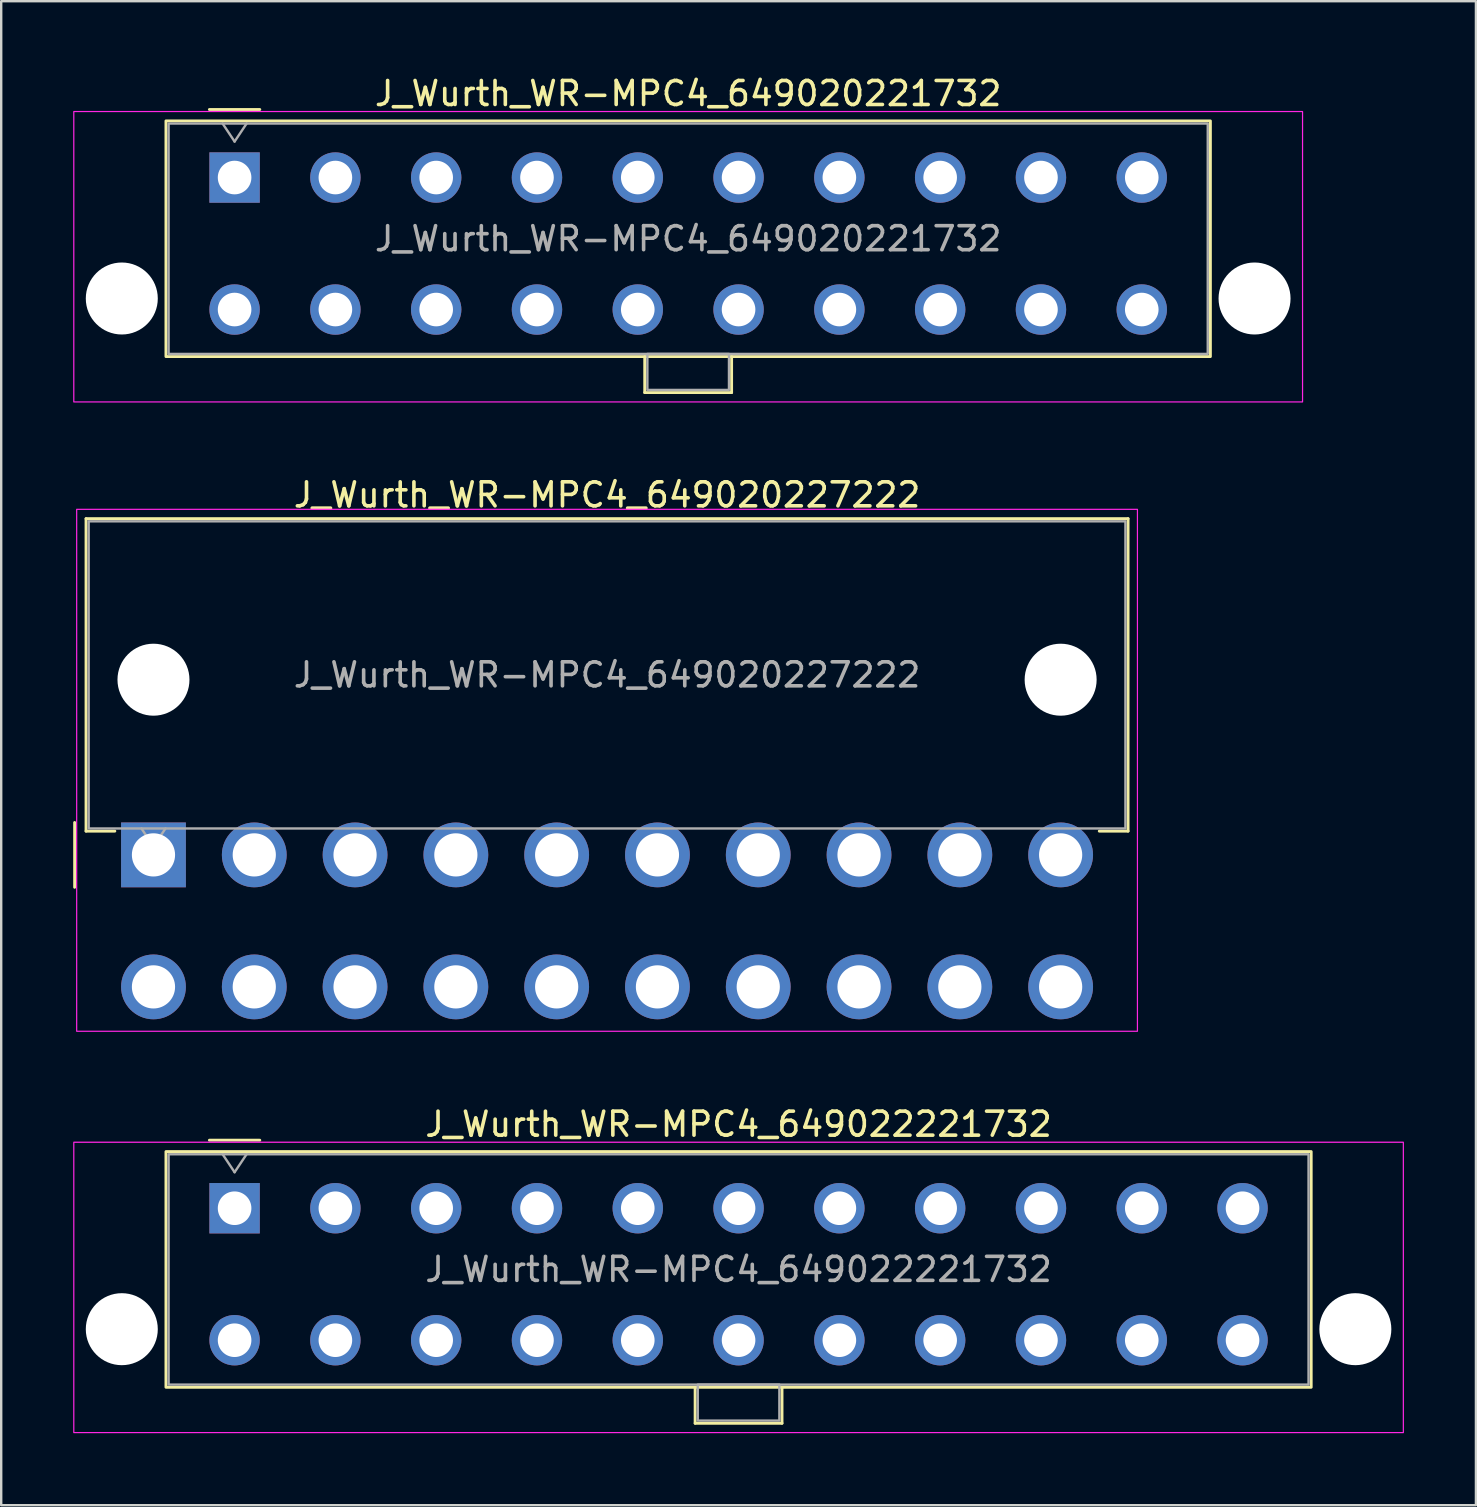
<source format=kicad_pcb>
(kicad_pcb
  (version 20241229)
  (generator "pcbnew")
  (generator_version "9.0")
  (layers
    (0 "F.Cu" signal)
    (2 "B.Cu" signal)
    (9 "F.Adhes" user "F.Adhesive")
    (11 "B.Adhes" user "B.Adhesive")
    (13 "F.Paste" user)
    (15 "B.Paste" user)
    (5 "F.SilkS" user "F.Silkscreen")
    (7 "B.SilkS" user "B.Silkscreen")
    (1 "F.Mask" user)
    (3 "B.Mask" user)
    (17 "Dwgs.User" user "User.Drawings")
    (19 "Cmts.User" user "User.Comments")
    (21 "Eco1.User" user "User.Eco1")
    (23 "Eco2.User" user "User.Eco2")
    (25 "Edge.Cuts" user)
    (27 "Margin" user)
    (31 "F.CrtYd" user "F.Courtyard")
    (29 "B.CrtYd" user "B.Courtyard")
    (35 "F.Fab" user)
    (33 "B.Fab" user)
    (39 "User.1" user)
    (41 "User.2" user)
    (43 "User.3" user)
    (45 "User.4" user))
  (footprint "J_Wurth_WR-MPC4_649020221732"
    (layer "F.Cu")
    (at 6.725 4.348)
    (property "Reference" "J_Wurth_WR-MPC4_649020221732" (at 18.9 -3.5 0) (unlocked yes) (layer "F.SilkS") (effects (font (size 1 1) (thickness 0.15))))
    (attr through_hole)
    (fp_line (start 1.05 -2.835) (end -1.05 -2.835) (stroke (width 0.12) (type solid)) (layer "F.SilkS"))
    (fp_line (start 17.09 8.96) (end 17.09 7.46) (stroke (width 0.12) (type default)) (layer "F.SilkS"))
    (fp_line (start 20.71 7.46) (end 20.71 8.96) (stroke (width 0.12) (type default)) (layer "F.SilkS"))
    (fp_line (start 20.71 8.96) (end 17.09 8.96) (stroke (width 0.12) (type solid)) (layer "F.SilkS"))
    (fp_rect (start -2.86 -2.36) (end 40.66 7.46) (stroke (width 0.12) (type solid)) (fill no) (layer "F.SilkS"))
    (fp_rect (start -6.7 -2.75) (end 44.5 9.35) (stroke (width 0.05) (type solid)) (fill no) (layer "F.CrtYd"))
    (fp_line (start 0 -1.5) (end -0.5 -2.25) (stroke (width 0.1) (type solid)) (layer "F.Fab"))
    (fp_line (start 0 -1.5) (end 0.5 -2.25) (stroke (width 0.1) (type solid)) (layer "F.Fab"))
    (fp_rect (start -2.75 -2.25) (end 40.55 7.35) (stroke (width 0.1) (type solid)) (fill no) (layer "F.Fab"))
    (fp_rect (start 17.2 7.35) (end 20.6 8.85) (stroke (width 0.1) (type solid)) (fill no) (layer "F.Fab"))
    (fp_text user "${REFERENCE}" (at 18.9 2.55 0) (unlocked yes) (layer "F.Fab") (effects (font (size 1 1) (thickness 0.15))))
    (pad "" np_thru_hole circle (at -4.7 5.04 180) (size 3 3) (drill 3) (layers "*.Cu" "*.Mask"))
    (pad "" np_thru_hole circle (at 42.5 5.04 180) (size 3 3) (drill 3) (layers "*.Cu" "*.Mask"))
    (pad "1" thru_hole rect (at 0 0 180) (size 2.1 2.1) (drill 1.4) (layers "*.Cu" "*.Mask"))
    (pad "2" thru_hole circle (at 4.2 0 180) (size 2.1 2.1) (drill 1.4) (layers "*.Cu" "*.Mask"))
    (pad "3" thru_hole circle (at 8.4 0 180) (size 2.1 2.1) (drill 1.4) (layers "*.Cu" "*.Mask"))
    (pad "4" thru_hole circle (at 12.6 0 180) (size 2.1 2.1) (drill 1.4) (layers "*.Cu" "*.Mask"))
    (pad "5" thru_hole circle (at 16.8 0 180) (size 2.1 2.1) (drill 1.4) (layers "*.Cu" "*.Mask"))
    (pad "6" thru_hole circle (at 21 0 180) (size 2.1 2.1) (drill 1.4) (layers "*.Cu" "*.Mask"))
    (pad "7" thru_hole circle (at 25.2 0 180) (size 2.1 2.1) (drill 1.4) (layers "*.Cu" "*.Mask"))
    (pad "8" thru_hole circle (at 29.4 0 180) (size 2.1 2.1) (drill 1.4) (layers "*.Cu" "*.Mask"))
    (pad "9" thru_hole circle (at 33.6 0 180) (size 2.1 2.1) (drill 1.4) (layers "*.Cu" "*.Mask"))
    (pad "10" thru_hole circle (at 37.8 0 180) (size 2.1 2.1) (drill 1.4) (layers "*.Cu" "*.Mask"))
    (pad "11" thru_hole circle (at 0 5.5 180) (size 2.1 2.1) (drill 1.4) (layers "*.Cu" "*.Mask"))
    (pad "12" thru_hole circle (at 4.2 5.5 180) (size 2.1 2.1) (drill 1.4) (layers "*.Cu" "*.Mask"))
    (pad "13" thru_hole circle (at 8.4 5.5 180) (size 2.1 2.1) (drill 1.4) (layers "*.Cu" "*.Mask"))
    (pad "14" thru_hole circle (at 12.6 5.5 180) (size 2.1 2.1) (drill 1.4) (layers "*.Cu" "*.Mask"))
    (pad "15" thru_hole circle (at 16.8 5.5 180) (size 2.1 2.1) (drill 1.4) (layers "*.Cu" "*.Mask"))
    (pad "16" thru_hole circle (at 21 5.5 180) (size 2.1 2.1) (drill 1.4) (layers "*.Cu" "*.Mask"))
    (pad "17" thru_hole circle (at 25.2 5.5 180) (size 2.1 2.1) (drill 1.4) (layers "*.Cu" "*.Mask"))
    (pad "18" thru_hole circle (at 29.4 5.5 180) (size 2.1 2.1) (drill 1.4) (layers "*.Cu" "*.Mask"))
    (pad "19" thru_hole circle (at 33.6 5.5 180) (size 2.1 2.1) (drill 1.4) (layers "*.Cu" "*.Mask"))
    (pad "20" thru_hole circle (at 37.8 5.5 180) (size 2.1 2.1) (drill 1.4) (layers "*.Cu" "*.Mask")))
  (footprint "J_Wurth_WR-MPC4_649022221732"
    (layer "F.Cu")
    (at 6.725 47.295)
    (property "Reference" "J_Wurth_WR-MPC4_649022221732" (at 21 -3.5 0) (unlocked yes) (layer "F.SilkS") (effects (font (size 1 1) (thickness 0.15))))
    (attr through_hole)
    (fp_line (start 1.05 -2.835) (end -1.05 -2.835) (stroke (width 0.12) (type solid)) (layer "F.SilkS"))
    (fp_line (start 19.19 8.96) (end 19.19 7.46) (stroke (width 0.12) (type default)) (layer "F.SilkS"))
    (fp_line (start 22.81 7.46) (end 22.81 8.96) (stroke (width 0.12) (type default)) (layer "F.SilkS"))
    (fp_line (start 22.81 8.96) (end 19.19 8.96) (stroke (width 0.12) (type solid)) (layer "F.SilkS"))
    (fp_rect (start -2.86 -2.36) (end 44.86 7.46) (stroke (width 0.12) (type solid)) (fill no) (layer "F.SilkS"))
    (fp_rect (start -6.7 -2.75) (end 48.7 9.35) (stroke (width 0.05) (type solid)) (fill no) (layer "F.CrtYd"))
    (fp_line (start 0 -1.5) (end -0.5 -2.25) (stroke (width 0.1) (type solid)) (layer "F.Fab"))
    (fp_line (start 0 -1.5) (end 0.5 -2.25) (stroke (width 0.1) (type solid)) (layer "F.Fab"))
    (fp_rect (start -2.75 -2.25) (end 44.75 7.35) (stroke (width 0.1) (type solid)) (fill no) (layer "F.Fab"))
    (fp_rect (start 19.3 7.35) (end 22.7 8.85) (stroke (width 0.1) (type solid)) (fill no) (layer "F.Fab"))
    (fp_text user "${REFERENCE}" (at 21 2.55 0) (unlocked yes) (layer "F.Fab") (effects (font (size 1 1) (thickness 0.15))))
    (pad "" np_thru_hole circle (at -4.7 5.04 180) (size 3 3) (drill 3) (layers "*.Cu" "*.Mask"))
    (pad "" np_thru_hole circle (at 46.7 5.04 180) (size 3 3) (drill 3) (layers "*.Cu" "*.Mask"))
    (pad "1" thru_hole rect (at 0 0 180) (size 2.1 2.1) (drill 1.4) (layers "*.Cu" "*.Mask"))
    (pad "2" thru_hole circle (at 4.2 0 180) (size 2.1 2.1) (drill 1.4) (layers "*.Cu" "*.Mask"))
    (pad "3" thru_hole circle (at 8.4 0 180) (size 2.1 2.1) (drill 1.4) (layers "*.Cu" "*.Mask"))
    (pad "4" thru_hole circle (at 12.6 0 180) (size 2.1 2.1) (drill 1.4) (layers "*.Cu" "*.Mask"))
    (pad "5" thru_hole circle (at 16.8 0 180) (size 2.1 2.1) (drill 1.4) (layers "*.Cu" "*.Mask"))
    (pad "6" thru_hole circle (at 21 0 180) (size 2.1 2.1) (drill 1.4) (layers "*.Cu" "*.Mask"))
    (pad "7" thru_hole circle (at 25.2 0 180) (size 2.1 2.1) (drill 1.4) (layers "*.Cu" "*.Mask"))
    (pad "8" thru_hole circle (at 29.4 0 180) (size 2.1 2.1) (drill 1.4) (layers "*.Cu" "*.Mask"))
    (pad "9" thru_hole circle (at 33.6 0 180) (size 2.1 2.1) (drill 1.4) (layers "*.Cu" "*.Mask"))
    (pad "10" thru_hole circle (at 37.8 0 180) (size 2.1 2.1) (drill 1.4) (layers "*.Cu" "*.Mask"))
    (pad "11" thru_hole circle (at 42 0 180) (size 2.1 2.1) (drill 1.4) (layers "*.Cu" "*.Mask"))
    (pad "12" thru_hole circle (at 0 5.5 180) (size 2.1 2.1) (drill 1.4) (layers "*.Cu" "*.Mask"))
    (pad "13" thru_hole circle (at 4.2 5.5 180) (size 2.1 2.1) (drill 1.4) (layers "*.Cu" "*.Mask"))
    (pad "14" thru_hole circle (at 8.4 5.5 180) (size 2.1 2.1) (drill 1.4) (layers "*.Cu" "*.Mask"))
    (pad "15" thru_hole circle (at 12.6 5.5 180) (size 2.1 2.1) (drill 1.4) (layers "*.Cu" "*.Mask"))
    (pad "16" thru_hole circle (at 16.8 5.5 180) (size 2.1 2.1) (drill 1.4) (layers "*.Cu" "*.Mask"))
    (pad "17" thru_hole circle (at 21 5.5 180) (size 2.1 2.1) (drill 1.4) (layers "*.Cu" "*.Mask"))
    (pad "18" thru_hole circle (at 25.2 5.5 180) (size 2.1 2.1) (drill 1.4) (layers "*.Cu" "*.Mask"))
    (pad "19" thru_hole circle (at 29.4 5.5 180) (size 2.1 2.1) (drill 1.4) (layers "*.Cu" "*.Mask"))
    (pad "20" thru_hole circle (at 33.6 5.5 180) (size 2.1 2.1) (drill 1.4) (layers "*.Cu" "*.Mask"))
    (pad "21" thru_hole circle (at 37.8 5.5 180) (size 2.1 2.1) (drill 1.4) (layers "*.Cu" "*.Mask"))
    (pad "22" thru_hole circle (at 42 5.5 180) (size 2.1 2.1) (drill 1.4) (layers "*.Cu" "*.Mask")))
  (footprint "J_Wurth_WR-MPC4_649020227222"
    (layer "F.Cu")
    (at 3.345 32.572)
    (property "Reference" "J_Wurth_WR-MPC4_649020227222" (at 18.9 -15 0) (unlocked yes) (layer "F.SilkS") (effects (font (size 1 1) (thickness 0.15))))
    (attr through_hole)
    (fp_line (start -3.285 -1.35) (end -3.285 1.35) (stroke (width 0.12) (type solid)) (layer "F.SilkS"))
    (fp_line (start -2.81 -14.01) (end 40.61 -14.01) (stroke (width 0.12) (type solid)) (layer "F.SilkS"))
    (fp_line (start -2.81 -0.99) (end -2.81 -14.01) (stroke (width 0.12) (type default)) (layer "F.SilkS"))
    (fp_line (start -1.61 -0.99) (end -2.81 -0.99) (stroke (width 0.12) (type solid)) (layer "F.SilkS"))
    (fp_line (start 40.61 -14.01) (end 40.61 -0.99) (stroke (width 0.12) (type solid)) (layer "F.SilkS"))
    (fp_line (start 40.61 -0.99) (end 39.41 -0.99) (stroke (width 0.12) (type solid)) (layer "F.SilkS"))
    (fp_rect (start -3.2 -14.4) (end 41 7.35) (stroke (width 0.05) (type solid)) (fill no) (layer "F.CrtYd"))
    (fp_line (start 0 -0.35) (end -0.5 -1.1) (stroke (width 0.1) (type solid)) (layer "F.Fab"))
    (fp_line (start 0 -0.35) (end 0.5 -1.1) (stroke (width 0.1) (type solid)) (layer "F.Fab"))
    (fp_rect (start -2.7 -13.9) (end 40.5 -1.1) (stroke (width 0.1) (type solid)) (fill no) (layer "F.Fab"))
    (fp_text user "${REFERENCE}" (at 18.9 -7.5 0) (unlocked yes) (layer "F.Fab") (effects (font (size 1 1) (thickness 0.15))))
    (pad "" np_thru_hole circle (at 0 -7.3) (size 3 3) (drill 3) (layers "*.Cu" "*.Mask"))
    (pad "" np_thru_hole circle (at 37.8 -7.3) (size 3 3) (drill 3) (layers "*.Cu" "*.Mask"))
    (pad "1" thru_hole rect (at 0 0 180) (size 2.7 2.7) (drill 1.8) (layers "*.Cu" "*.Mask"))
    (pad "2" thru_hole circle (at 4.2 0 180) (size 2.7 2.7) (drill 1.8) (layers "*.Cu" "*.Mask"))
    (pad "3" thru_hole circle (at 8.4 0 180) (size 2.7 2.7) (drill 1.8) (layers "*.Cu" "*.Mask"))
    (pad "4" thru_hole circle (at 12.6 0 180) (size 2.7 2.7) (drill 1.8) (layers "*.Cu" "*.Mask"))
    (pad "5" thru_hole circle (at 16.8 0 180) (size 2.7 2.7) (drill 1.8) (layers "*.Cu" "*.Mask"))
    (pad "6" thru_hole circle (at 21 0 180) (size 2.7 2.7) (drill 1.8) (layers "*.Cu" "*.Mask"))
    (pad "7" thru_hole circle (at 25.2 0 180) (size 2.7 2.7) (drill 1.8) (layers "*.Cu" "*.Mask"))
    (pad "8" thru_hole circle (at 29.4 0 180) (size 2.7 2.7) (drill 1.8) (layers "*.Cu" "*.Mask"))
    (pad "9" thru_hole circle (at 33.6 0 180) (size 2.7 2.7) (drill 1.8) (layers "*.Cu" "*.Mask"))
    (pad "10" thru_hole circle (at 37.8 0 180) (size 2.7 2.7) (drill 1.8) (layers "*.Cu" "*.Mask"))
    (pad "11" thru_hole circle (at 0 5.5 180) (size 2.7 2.7) (drill 1.8) (layers "*.Cu" "*.Mask"))
    (pad "12" thru_hole circle (at 4.2 5.5 180) (size 2.7 2.7) (drill 1.8) (layers "*.Cu" "*.Mask"))
    (pad "13" thru_hole circle (at 8.4 5.5 180) (size 2.7 2.7) (drill 1.8) (layers "*.Cu" "*.Mask"))
    (pad "14" thru_hole circle (at 12.6 5.5 180) (size 2.7 2.7) (drill 1.8) (layers "*.Cu" "*.Mask"))
    (pad "15" thru_hole circle (at 16.8 5.5 180) (size 2.7 2.7) (drill 1.8) (layers "*.Cu" "*.Mask"))
    (pad "16" thru_hole circle (at 21 5.5 180) (size 2.7 2.7) (drill 1.8) (layers "*.Cu" "*.Mask"))
    (pad "17" thru_hole circle (at 25.2 5.5 180) (size 2.7 2.7) (drill 1.8) (layers "*.Cu" "*.Mask"))
    (pad "18" thru_hole circle (at 29.4 5.5 180) (size 2.7 2.7) (drill 1.8) (layers "*.Cu" "*.Mask"))
    (pad "19" thru_hole circle (at 33.6 5.5 180) (size 2.7 2.7) (drill 1.8) (layers "*.Cu" "*.Mask"))
    (pad "20" thru_hole circle (at 37.8 5.5 180) (size 2.7 2.7) (drill 1.8) (layers "*.Cu" "*.Mask")))
  (gr_rect
    (start -3 -3)
    (end 58.45 59.67)
    (stroke (width 0.1) (type default))
    (fill no)
    (layer "Edge.Cuts")))
</source>
